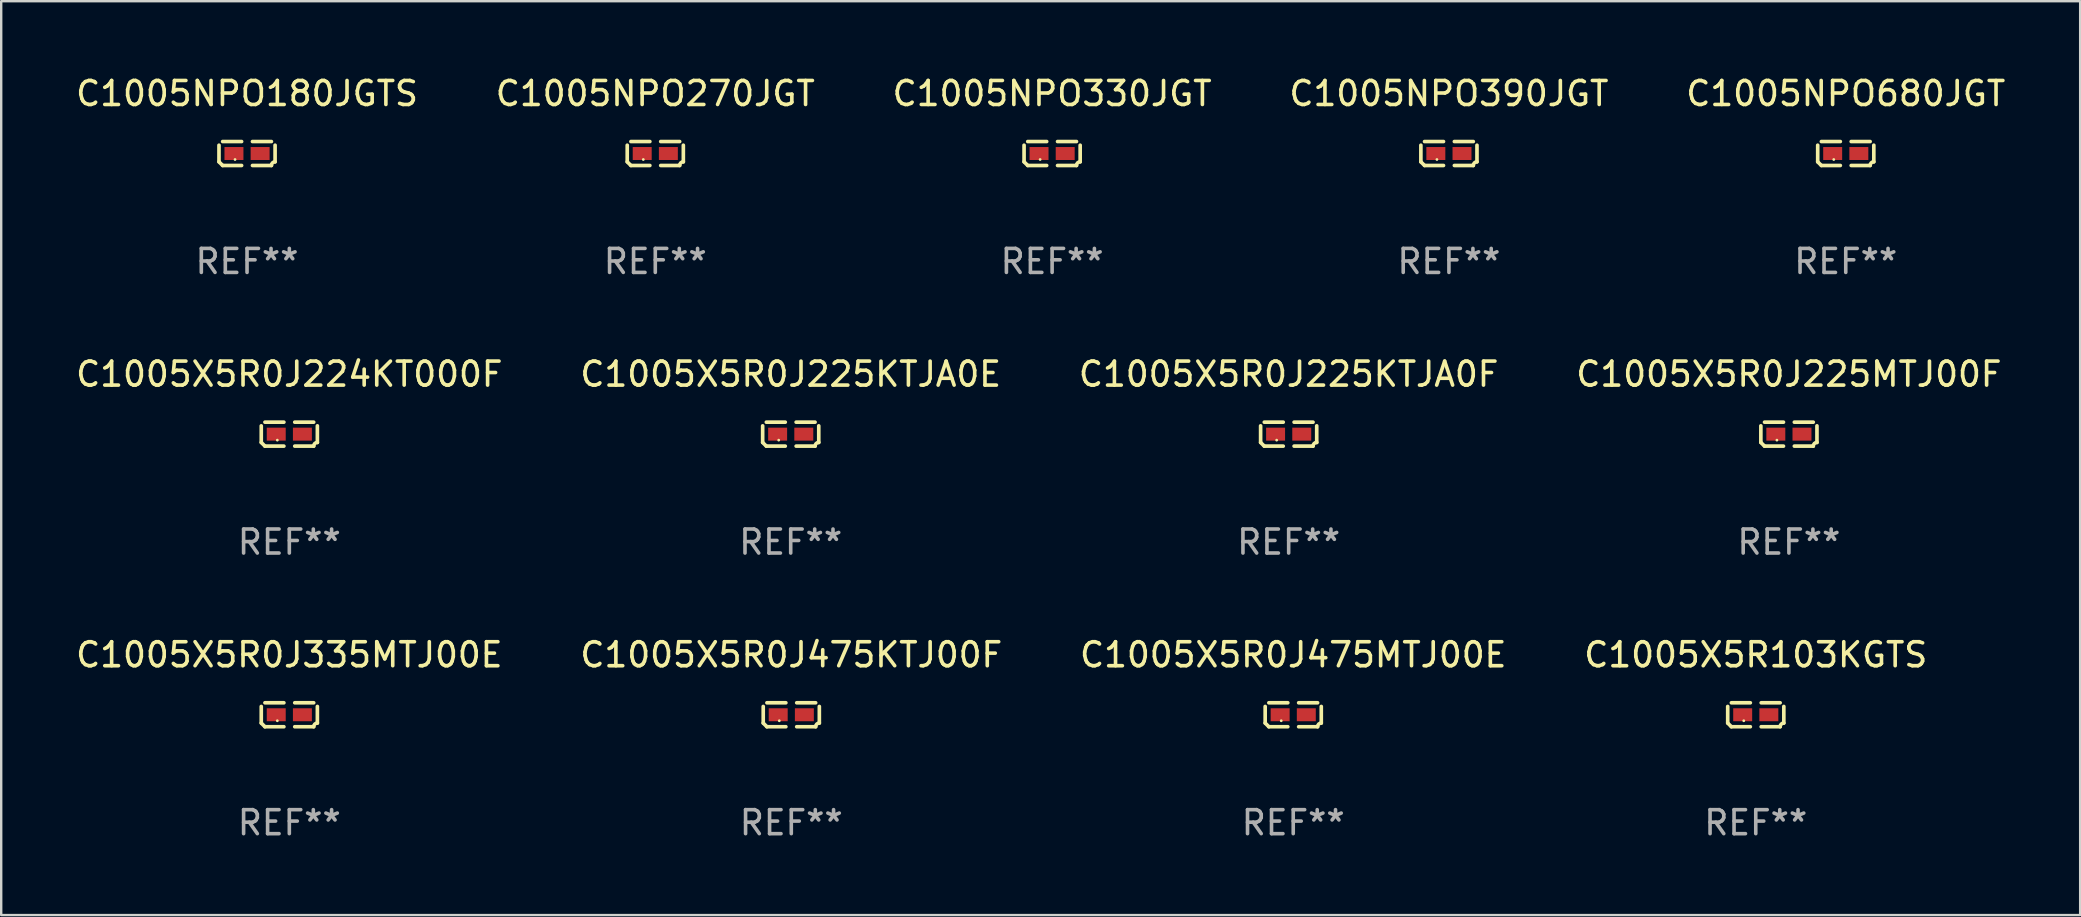
<source format=kicad_pcb>
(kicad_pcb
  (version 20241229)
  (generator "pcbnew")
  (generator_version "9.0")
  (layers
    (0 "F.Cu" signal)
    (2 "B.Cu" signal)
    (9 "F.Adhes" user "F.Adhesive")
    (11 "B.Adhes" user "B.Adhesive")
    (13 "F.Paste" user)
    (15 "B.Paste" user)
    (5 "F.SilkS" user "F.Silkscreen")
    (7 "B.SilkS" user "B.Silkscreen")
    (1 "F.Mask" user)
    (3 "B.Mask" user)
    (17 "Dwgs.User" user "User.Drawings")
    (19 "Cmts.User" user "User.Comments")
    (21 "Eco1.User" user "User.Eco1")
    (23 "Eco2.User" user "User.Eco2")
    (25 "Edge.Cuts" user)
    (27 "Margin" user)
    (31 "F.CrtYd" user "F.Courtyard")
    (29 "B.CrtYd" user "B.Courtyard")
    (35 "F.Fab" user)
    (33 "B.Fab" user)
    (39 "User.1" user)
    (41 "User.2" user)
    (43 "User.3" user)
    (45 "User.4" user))
  (footprint "C1005NPO330JGT"
    (layer "F.Cu")
    (at 40.792 3.347)
    (property "Reference" "C1005NPO330JGT" (at 0 -2.499 0) (layer "F.SilkS") (effects (font (size 1 1) (thickness 0.15))))
    (attr through_hole)
    (fp_line (start -1.169 0.346) (end -1.169 -0.346) (stroke (width 0.152) (type solid)) (layer "F.SilkS"))
    (fp_line (start -1.016 -0.499) (end -0.226 -0.499) (stroke (width 0.152) (type solid)) (layer "F.SilkS"))
    (fp_line (start -0.226 0.499) (end -1.016 0.499) (stroke (width 0.152) (type solid)) (layer "F.SilkS"))
    (fp_line (start 0.226 0.499) (end 1.016 0.499) (stroke (width 0.152) (type solid)) (layer "F.SilkS"))
    (fp_line (start 1.016 -0.499) (end 0.226 -0.499) (stroke (width 0.152) (type solid)) (layer "F.SilkS"))
    (fp_line (start 1.169 0.346) (end 1.169 -0.346) (stroke (width 0.152) (type solid)) (layer "F.SilkS"))
    (fp_arc (start -1.016307 0.498603) (mid -1.092512 0.422405) (end -1.16871 0.3462) (stroke (width 0.1524) (type solid)) (layer "F.SilkS"))
    (fp_arc (start 1.016307 0.498603) (mid 1.060899 0.390758) (end 1.168707 0.346076) (stroke (width 0.1524) (type solid)) (layer "F.SilkS"))
    (fp_circle (center -0.5 0.25) (end -0.47 0.25) (stroke (width 0.06) (type solid)) (fill no) (layer "F.SilkS"))
    (fp_text user "REF**" (at 0 4.499 0) (layer "F.Fab") (effects (font (size 1 1) (thickness 0.15))))
    (pad "1" smd rect (at -0.545 0) (size 0.79 0.54) (layers "F.Cu" "F.Mask" "F.Paste"))
    (pad "2" smd rect (at 0.545 0) (size 0.79 0.54) (layers "F.Cu" "F.Mask" "F.Paste")))
  (footprint "C1005X5R0J225KTJA0E"
    (layer "F.Cu")
    (at 29.899 15.041)
    (property "Reference" "C1005X5R0J225KTJA0E" (at 0 -2.499 0) (layer "F.SilkS") (effects (font (size 1 1) (thickness 0.15))))
    (attr through_hole)
    (fp_line (start -1.169 0.346) (end -1.169 -0.346) (stroke (width 0.152) (type solid)) (layer "F.SilkS"))
    (fp_line (start -1.016 -0.499) (end -0.226 -0.499) (stroke (width 0.152) (type solid)) (layer "F.SilkS"))
    (fp_line (start -0.226 0.499) (end -1.016 0.499) (stroke (width 0.152) (type solid)) (layer "F.SilkS"))
    (fp_line (start 0.226 0.499) (end 1.016 0.499) (stroke (width 0.152) (type solid)) (layer "F.SilkS"))
    (fp_line (start 1.016 -0.499) (end 0.226 -0.499) (stroke (width 0.152) (type solid)) (layer "F.SilkS"))
    (fp_line (start 1.169 0.346) (end 1.169 -0.346) (stroke (width 0.152) (type solid)) (layer "F.SilkS"))
    (fp_arc (start -1.016307 0.498603) (mid -1.092512 0.422405) (end -1.16871 0.3462) (stroke (width 0.1524) (type solid)) (layer "F.SilkS"))
    (fp_arc (start 1.016307 0.498603) (mid 1.060899 0.390758) (end 1.168707 0.346076) (stroke (width 0.1524) (type solid)) (layer "F.SilkS"))
    (fp_circle (center -0.5 0.25) (end -0.47 0.25) (stroke (width 0.06) (type solid)) (fill no) (layer "F.SilkS"))
    (fp_text user "REF**" (at 0 4.499 0) (layer "F.Fab") (effects (font (size 1 1) (thickness 0.15))))
    (pad "1" smd rect (at -0.545 0) (size 0.79 0.54) (layers "F.Cu" "F.Mask" "F.Paste"))
    (pad "2" smd rect (at 0.545 0) (size 0.79 0.54) (layers "F.Cu" "F.Mask" "F.Paste")))
  (footprint "C1005X5R103KGTS"
    (layer "F.Cu")
    (at 70.113 26.734)
    (property "Reference" "C1005X5R103KGTS" (at 0 -2.499 0) (layer "F.SilkS") (effects (font (size 1 1) (thickness 0.15))))
    (attr through_hole)
    (fp_line (start -1.169 0.346) (end -1.169 -0.346) (stroke (width 0.152) (type solid)) (layer "F.SilkS"))
    (fp_line (start -1.016 -0.499) (end -0.226 -0.499) (stroke (width 0.152) (type solid)) (layer "F.SilkS"))
    (fp_line (start -0.226 0.499) (end -1.016 0.499) (stroke (width 0.152) (type solid)) (layer "F.SilkS"))
    (fp_line (start 0.226 0.499) (end 1.016 0.499) (stroke (width 0.152) (type solid)) (layer "F.SilkS"))
    (fp_line (start 1.016 -0.499) (end 0.226 -0.499) (stroke (width 0.152) (type solid)) (layer "F.SilkS"))
    (fp_line (start 1.169 0.346) (end 1.169 -0.346) (stroke (width 0.152) (type solid)) (layer "F.SilkS"))
    (fp_arc (start -1.016307 0.498603) (mid -1.092512 0.422405) (end -1.16871 0.3462) (stroke (width 0.1524) (type solid)) (layer "F.SilkS"))
    (fp_arc (start 1.016307 0.498603) (mid 1.060899 0.390758) (end 1.168707 0.346076) (stroke (width 0.1524) (type solid)) (layer "F.SilkS"))
    (fp_circle (center -0.5 0.25) (end -0.47 0.25) (stroke (width 0.06) (type solid)) (fill no) (layer "F.SilkS"))
    (fp_text user "REF**" (at 0 4.499 0) (layer "F.Fab") (effects (font (size 1 1) (thickness 0.15))))
    (pad "1" smd rect (at -0.545 0) (size 0.79 0.54) (layers "F.Cu" "F.Mask" "F.Paste"))
    (pad "2" smd rect (at 0.545 0) (size 0.79 0.54) (layers "F.Cu" "F.Mask" "F.Paste")))
  (footprint "C1005NPO680JGT"
    (layer "F.Cu")
    (at 73.863 3.347)
    (property "Reference" "C1005NPO680JGT" (at 0 -2.499 0) (layer "F.SilkS") (effects (font (size 1 1) (thickness 0.15))))
    (attr through_hole)
    (fp_line (start -1.169 0.346) (end -1.169 -0.346) (stroke (width 0.152) (type solid)) (layer "F.SilkS"))
    (fp_line (start -1.016 -0.499) (end -0.226 -0.499) (stroke (width 0.152) (type solid)) (layer "F.SilkS"))
    (fp_line (start -0.226 0.499) (end -1.016 0.499) (stroke (width 0.152) (type solid)) (layer "F.SilkS"))
    (fp_line (start 0.226 0.499) (end 1.016 0.499) (stroke (width 0.152) (type solid)) (layer "F.SilkS"))
    (fp_line (start 1.016 -0.499) (end 0.226 -0.499) (stroke (width 0.152) (type solid)) (layer "F.SilkS"))
    (fp_line (start 1.169 0.346) (end 1.169 -0.346) (stroke (width 0.152) (type solid)) (layer "F.SilkS"))
    (fp_arc (start -1.016307 0.498603) (mid -1.092512 0.422405) (end -1.16871 0.3462) (stroke (width 0.1524) (type solid)) (layer "F.SilkS"))
    (fp_arc (start 1.016307 0.498603) (mid 1.060899 0.390758) (end 1.168707 0.346076) (stroke (width 0.1524) (type solid)) (layer "F.SilkS"))
    (fp_circle (center -0.5 0.25) (end -0.47 0.25) (stroke (width 0.06) (type solid)) (fill no) (layer "F.SilkS"))
    (fp_text user "REF**" (at 0 4.499 0) (layer "F.Fab") (effects (font (size 1 1) (thickness 0.15))))
    (pad "1" smd rect (at -0.545 0) (size 0.79 0.54) (layers "F.Cu" "F.Mask" "F.Paste"))
    (pad "2" smd rect (at 0.545 0) (size 0.79 0.54) (layers "F.Cu" "F.Mask" "F.Paste")))
  (footprint "C1005X5R0J475MTJ00E"
    (layer "F.Cu")
    (at 50.839 26.734)
    (property "Reference" "C1005X5R0J475MTJ00E" (at 0 -2.499 0) (layer "F.SilkS") (effects (font (size 1 1) (thickness 0.15))))
    (attr through_hole)
    (fp_line (start -1.169 0.346) (end -1.169 -0.346) (stroke (width 0.152) (type solid)) (layer "F.SilkS"))
    (fp_line (start -1.016 -0.499) (end -0.226 -0.499) (stroke (width 0.152) (type solid)) (layer "F.SilkS"))
    (fp_line (start -0.226 0.499) (end -1.016 0.499) (stroke (width 0.152) (type solid)) (layer "F.SilkS"))
    (fp_line (start 0.226 0.499) (end 1.016 0.499) (stroke (width 0.152) (type solid)) (layer "F.SilkS"))
    (fp_line (start 1.016 -0.499) (end 0.226 -0.499) (stroke (width 0.152) (type solid)) (layer "F.SilkS"))
    (fp_line (start 1.169 0.346) (end 1.169 -0.346) (stroke (width 0.152) (type solid)) (layer "F.SilkS"))
    (fp_arc (start -1.016307 0.498603) (mid -1.092512 0.422405) (end -1.16871 0.3462) (stroke (width 0.1524) (type solid)) (layer "F.SilkS"))
    (fp_arc (start 1.016307 0.498603) (mid 1.060899 0.390758) (end 1.168707 0.346076) (stroke (width 0.1524) (type solid)) (layer "F.SilkS"))
    (fp_circle (center -0.5 0.25) (end -0.47 0.25) (stroke (width 0.06) (type solid)) (fill no) (layer "F.SilkS"))
    (fp_text user "REF**" (at 0 4.499 0) (layer "F.Fab") (effects (font (size 1 1) (thickness 0.15))))
    (pad "1" smd rect (at -0.545 0) (size 0.79 0.54) (layers "F.Cu" "F.Mask" "F.Paste"))
    (pad "2" smd rect (at 0.545 0) (size 0.79 0.54) (layers "F.Cu" "F.Mask" "F.Paste")))
  (footprint "C1005X5R0J335MTJ00E"
    (layer "F.Cu")
    (at 9.006 26.734)
    (property "Reference" "C1005X5R0J335MTJ00E" (at 0 -2.499 0) (layer "F.SilkS") (effects (font (size 1 1) (thickness 0.15))))
    (attr through_hole)
    (fp_line (start -1.169 0.346) (end -1.169 -0.346) (stroke (width 0.152) (type solid)) (layer "F.SilkS"))
    (fp_line (start -1.016 -0.499) (end -0.226 -0.499) (stroke (width 0.152) (type solid)) (layer "F.SilkS"))
    (fp_line (start -0.226 0.499) (end -1.016 0.499) (stroke (width 0.152) (type solid)) (layer "F.SilkS"))
    (fp_line (start 0.226 0.499) (end 1.016 0.499) (stroke (width 0.152) (type solid)) (layer "F.SilkS"))
    (fp_line (start 1.016 -0.499) (end 0.226 -0.499) (stroke (width 0.152) (type solid)) (layer "F.SilkS"))
    (fp_line (start 1.169 0.346) (end 1.169 -0.346) (stroke (width 0.152) (type solid)) (layer "F.SilkS"))
    (fp_arc (start -1.016307 0.498603) (mid -1.092512 0.422405) (end -1.16871 0.3462) (stroke (width 0.1524) (type solid)) (layer "F.SilkS"))
    (fp_arc (start 1.016307 0.498603) (mid 1.060899 0.390758) (end 1.168707 0.346076) (stroke (width 0.1524) (type solid)) (layer "F.SilkS"))
    (fp_circle (center -0.5 0.25) (end -0.47 0.25) (stroke (width 0.06) (type solid)) (fill no) (layer "F.SilkS"))
    (fp_text user "REF**" (at 0 4.499 0) (layer "F.Fab") (effects (font (size 1 1) (thickness 0.15))))
    (pad "1" smd rect (at -0.545 0) (size 0.79 0.54) (layers "F.Cu" "F.Mask" "F.Paste"))
    (pad "2" smd rect (at 0.545 0) (size 0.79 0.54) (layers "F.Cu" "F.Mask" "F.Paste")))
  (footprint "C1005X5R0J225KTJA0F"
    (layer "F.Cu")
    (at 50.649 15.041)
    (property "Reference" "C1005X5R0J225KTJA0F" (at 0 -2.499 0) (layer "F.SilkS") (effects (font (size 1 1) (thickness 0.15))))
    (attr through_hole)
    (fp_line (start -1.169 0.346) (end -1.169 -0.346) (stroke (width 0.152) (type solid)) (layer "F.SilkS"))
    (fp_line (start -1.016 -0.499) (end -0.226 -0.499) (stroke (width 0.152) (type solid)) (layer "F.SilkS"))
    (fp_line (start -0.226 0.499) (end -1.016 0.499) (stroke (width 0.152) (type solid)) (layer "F.SilkS"))
    (fp_line (start 0.226 0.499) (end 1.016 0.499) (stroke (width 0.152) (type solid)) (layer "F.SilkS"))
    (fp_line (start 1.016 -0.499) (end 0.226 -0.499) (stroke (width 0.152) (type solid)) (layer "F.SilkS"))
    (fp_line (start 1.169 0.346) (end 1.169 -0.346) (stroke (width 0.152) (type solid)) (layer "F.SilkS"))
    (fp_arc (start -1.016307 0.498603) (mid -1.092512 0.422405) (end -1.16871 0.3462) (stroke (width 0.1524) (type solid)) (layer "F.SilkS"))
    (fp_arc (start 1.016307 0.498603) (mid 1.060899 0.390758) (end 1.168707 0.346076) (stroke (width 0.1524) (type solid)) (layer "F.SilkS"))
    (fp_circle (center -0.5 0.25) (end -0.47 0.25) (stroke (width 0.06) (type solid)) (fill no) (layer "F.SilkS"))
    (fp_text user "REF**" (at 0 4.499 0) (layer "F.Fab") (effects (font (size 1 1) (thickness 0.15))))
    (pad "1" smd rect (at -0.545 0) (size 0.79 0.54) (layers "F.Cu" "F.Mask" "F.Paste"))
    (pad "2" smd rect (at 0.545 0) (size 0.79 0.54) (layers "F.Cu" "F.Mask" "F.Paste")))
  (footprint "C1005X5R0J475KTJ00F"
    (layer "F.Cu")
    (at 29.923 26.734)
    (property "Reference" "C1005X5R0J475KTJ00F" (at 0 -2.499 0) (layer "F.SilkS") (effects (font (size 1 1) (thickness 0.15))))
    (attr through_hole)
    (fp_line (start -1.169 0.346) (end -1.169 -0.346) (stroke (width 0.152) (type solid)) (layer "F.SilkS"))
    (fp_line (start -1.016 -0.499) (end -0.226 -0.499) (stroke (width 0.152) (type solid)) (layer "F.SilkS"))
    (fp_line (start -0.226 0.499) (end -1.016 0.499) (stroke (width 0.152) (type solid)) (layer "F.SilkS"))
    (fp_line (start 0.226 0.499) (end 1.016 0.499) (stroke (width 0.152) (type solid)) (layer "F.SilkS"))
    (fp_line (start 1.016 -0.499) (end 0.226 -0.499) (stroke (width 0.152) (type solid)) (layer "F.SilkS"))
    (fp_line (start 1.169 0.346) (end 1.169 -0.346) (stroke (width 0.152) (type solid)) (layer "F.SilkS"))
    (fp_arc (start -1.016307 0.498603) (mid -1.092512 0.422405) (end -1.16871 0.3462) (stroke (width 0.1524) (type solid)) (layer "F.SilkS"))
    (fp_arc (start 1.016307 0.498603) (mid 1.060899 0.390758) (end 1.168707 0.346076) (stroke (width 0.1524) (type solid)) (layer "F.SilkS"))
    (fp_circle (center -0.5 0.25) (end -0.47 0.25) (stroke (width 0.06) (type solid)) (fill no) (layer "F.SilkS"))
    (fp_text user "REF**" (at 0 4.499 0) (layer "F.Fab") (effects (font (size 1 1) (thickness 0.15))))
    (pad "1" smd rect (at -0.545 0) (size 0.79 0.54) (layers "F.Cu" "F.Mask" "F.Paste"))
    (pad "2" smd rect (at 0.545 0) (size 0.79 0.54) (layers "F.Cu" "F.Mask" "F.Paste")))
  (footprint "C1005X5R0J225MTJ00F"
    (layer "F.Cu")
    (at 71.494 15.041)
    (property "Reference" "C1005X5R0J225MTJ00F" (at 0 -2.499 0) (layer "F.SilkS") (effects (font (size 1 1) (thickness 0.15))))
    (attr through_hole)
    (fp_line (start -1.169 0.346) (end -1.169 -0.346) (stroke (width 0.152) (type solid)) (layer "F.SilkS"))
    (fp_line (start -1.016 -0.499) (end -0.226 -0.499) (stroke (width 0.152) (type solid)) (layer "F.SilkS"))
    (fp_line (start -0.226 0.499) (end -1.016 0.499) (stroke (width 0.152) (type solid)) (layer "F.SilkS"))
    (fp_line (start 0.226 0.499) (end 1.016 0.499) (stroke (width 0.152) (type solid)) (layer "F.SilkS"))
    (fp_line (start 1.016 -0.499) (end 0.226 -0.499) (stroke (width 0.152) (type solid)) (layer "F.SilkS"))
    (fp_line (start 1.169 0.346) (end 1.169 -0.346) (stroke (width 0.152) (type solid)) (layer "F.SilkS"))
    (fp_arc (start -1.016307 0.498603) (mid -1.092512 0.422405) (end -1.16871 0.3462) (stroke (width 0.1524) (type solid)) (layer "F.SilkS"))
    (fp_arc (start 1.016307 0.498603) (mid 1.060899 0.390758) (end 1.168707 0.346076) (stroke (width 0.1524) (type solid)) (layer "F.SilkS"))
    (fp_circle (center -0.5 0.25) (end -0.47 0.25) (stroke (width 0.06) (type solid)) (fill no) (layer "F.SilkS"))
    (fp_text user "REF**" (at 0 4.499 0) (layer "F.Fab") (effects (font (size 1 1) (thickness 0.15))))
    (pad "1" smd rect (at -0.545 0) (size 0.79 0.54) (layers "F.Cu" "F.Mask" "F.Paste"))
    (pad "2" smd rect (at 0.545 0) (size 0.79 0.54) (layers "F.Cu" "F.Mask" "F.Paste")))
  (footprint "C1005NPO180JGTS"
    (layer "F.Cu")
    (at 7.244 3.347)
    (property "Reference" "C1005NPO180JGTS" (at 0 -2.499 0) (layer "F.SilkS") (effects (font (size 1 1) (thickness 0.15))))
    (attr through_hole)
    (fp_line (start -1.169 0.346) (end -1.169 -0.346) (stroke (width 0.152) (type solid)) (layer "F.SilkS"))
    (fp_line (start -1.016 -0.499) (end -0.226 -0.499) (stroke (width 0.152) (type solid)) (layer "F.SilkS"))
    (fp_line (start -0.226 0.499) (end -1.016 0.499) (stroke (width 0.152) (type solid)) (layer "F.SilkS"))
    (fp_line (start 0.226 0.499) (end 1.016 0.499) (stroke (width 0.152) (type solid)) (layer "F.SilkS"))
    (fp_line (start 1.016 -0.499) (end 0.226 -0.499) (stroke (width 0.152) (type solid)) (layer "F.SilkS"))
    (fp_line (start 1.169 0.346) (end 1.169 -0.346) (stroke (width 0.152) (type solid)) (layer "F.SilkS"))
    (fp_arc (start -1.016307 0.498603) (mid -1.092512 0.422405) (end -1.16871 0.3462) (stroke (width 0.1524) (type solid)) (layer "F.SilkS"))
    (fp_arc (start 1.016307 0.498603) (mid 1.060899 0.390758) (end 1.168707 0.346076) (stroke (width 0.1524) (type solid)) (layer "F.SilkS"))
    (fp_circle (center -0.5 0.25) (end -0.47 0.25) (stroke (width 0.06) (type solid)) (fill no) (layer "F.SilkS"))
    (fp_text user "REF**" (at 0 4.499 0) (layer "F.Fab") (effects (font (size 1 1) (thickness 0.15))))
    (pad "1" smd rect (at -0.545 0) (size 0.79 0.54) (layers "F.Cu" "F.Mask" "F.Paste"))
    (pad "2" smd rect (at 0.545 0) (size 0.79 0.54) (layers "F.Cu" "F.Mask" "F.Paste")))
  (footprint "C1005NPO390JGT"
    (layer "F.Cu")
    (at 57.327 3.347)
    (property "Reference" "C1005NPO390JGT" (at 0 -2.499 0) (layer "F.SilkS") (effects (font (size 1 1) (thickness 0.15))))
    (attr through_hole)
    (fp_line (start -1.169 0.346) (end -1.169 -0.346) (stroke (width 0.152) (type solid)) (layer "F.SilkS"))
    (fp_line (start -1.016 -0.499) (end -0.226 -0.499) (stroke (width 0.152) (type solid)) (layer "F.SilkS"))
    (fp_line (start -0.226 0.499) (end -1.016 0.499) (stroke (width 0.152) (type solid)) (layer "F.SilkS"))
    (fp_line (start 0.226 0.499) (end 1.016 0.499) (stroke (width 0.152) (type solid)) (layer "F.SilkS"))
    (fp_line (start 1.016 -0.499) (end 0.226 -0.499) (stroke (width 0.152) (type solid)) (layer "F.SilkS"))
    (fp_line (start 1.169 0.346) (end 1.169 -0.346) (stroke (width 0.152) (type solid)) (layer "F.SilkS"))
    (fp_arc (start -1.016307 0.498603) (mid -1.092512 0.422405) (end -1.16871 0.3462) (stroke (width 0.1524) (type solid)) (layer "F.SilkS"))
    (fp_arc (start 1.016307 0.498603) (mid 1.060899 0.390758) (end 1.168707 0.346076) (stroke (width 0.1524) (type solid)) (layer "F.SilkS"))
    (fp_circle (center -0.5 0.25) (end -0.47 0.25) (stroke (width 0.06) (type solid)) (fill no) (layer "F.SilkS"))
    (fp_text user "REF**" (at 0 4.499 0) (layer "F.Fab") (effects (font (size 1 1) (thickness 0.15))))
    (pad "1" smd rect (at -0.545 0) (size 0.79 0.54) (layers "F.Cu" "F.Mask" "F.Paste"))
    (pad "2" smd rect (at 0.545 0) (size 0.79 0.54) (layers "F.Cu" "F.Mask" "F.Paste")))
  (footprint "C1005NPO270JGT"
    (layer "F.Cu")
    (at 24.256 3.347)
    (property "Reference" "C1005NPO270JGT" (at 0 -2.499 0) (layer "F.SilkS") (effects (font (size 1 1) (thickness 0.15))))
    (attr through_hole)
    (fp_line (start -1.169 0.346) (end -1.169 -0.346) (stroke (width 0.152) (type solid)) (layer "F.SilkS"))
    (fp_line (start -1.016 -0.499) (end -0.226 -0.499) (stroke (width 0.152) (type solid)) (layer "F.SilkS"))
    (fp_line (start -0.226 0.499) (end -1.016 0.499) (stroke (width 0.152) (type solid)) (layer "F.SilkS"))
    (fp_line (start 0.226 0.499) (end 1.016 0.499) (stroke (width 0.152) (type solid)) (layer "F.SilkS"))
    (fp_line (start 1.016 -0.499) (end 0.226 -0.499) (stroke (width 0.152) (type solid)) (layer "F.SilkS"))
    (fp_line (start 1.169 0.346) (end 1.169 -0.346) (stroke (width 0.152) (type solid)) (layer "F.SilkS"))
    (fp_arc (start -1.016307 0.498603) (mid -1.092512 0.422405) (end -1.16871 0.3462) (stroke (width 0.1524) (type solid)) (layer "F.SilkS"))
    (fp_arc (start 1.016307 0.498603) (mid 1.060899 0.390758) (end 1.168707 0.346076) (stroke (width 0.1524) (type solid)) (layer "F.SilkS"))
    (fp_circle (center -0.5 0.25) (end -0.47 0.25) (stroke (width 0.06) (type solid)) (fill no) (layer "F.SilkS"))
    (fp_text user "REF**" (at 0 4.499 0) (layer "F.Fab") (effects (font (size 1 1) (thickness 0.15))))
    (pad "1" smd rect (at -0.545 0) (size 0.79 0.54) (layers "F.Cu" "F.Mask" "F.Paste"))
    (pad "2" smd rect (at 0.545 0) (size 0.79 0.54) (layers "F.Cu" "F.Mask" "F.Paste")))
  (footprint "C1005X5R0J224KT000F"
    (layer "F.Cu")
    (at 9.006 15.041)
    (property "Reference" "C1005X5R0J224KT000F" (at 0 -2.499 0) (layer "F.SilkS") (effects (font (size 1 1) (thickness 0.15))))
    (attr through_hole)
    (fp_line (start -1.169 0.346) (end -1.169 -0.346) (stroke (width 0.152) (type solid)) (layer "F.SilkS"))
    (fp_line (start -1.016 -0.499) (end -0.226 -0.499) (stroke (width 0.152) (type solid)) (layer "F.SilkS"))
    (fp_line (start -0.226 0.499) (end -1.016 0.499) (stroke (width 0.152) (type solid)) (layer "F.SilkS"))
    (fp_line (start 0.226 0.499) (end 1.016 0.499) (stroke (width 0.152) (type solid)) (layer "F.SilkS"))
    (fp_line (start 1.016 -0.499) (end 0.226 -0.499) (stroke (width 0.152) (type solid)) (layer "F.SilkS"))
    (fp_line (start 1.169 0.346) (end 1.169 -0.346) (stroke (width 0.152) (type solid)) (layer "F.SilkS"))
    (fp_arc (start -1.016307 0.498603) (mid -1.092512 0.422405) (end -1.16871 0.3462) (stroke (width 0.1524) (type solid)) (layer "F.SilkS"))
    (fp_arc (start 1.016307 0.498603) (mid 1.060899 0.390758) (end 1.168707 0.346076) (stroke (width 0.1524) (type solid)) (layer "F.SilkS"))
    (fp_circle (center -0.5 0.25) (end -0.47 0.25) (stroke (width 0.06) (type solid)) (fill no) (layer "F.SilkS"))
    (fp_text user "REF**" (at 0 4.499 0) (layer "F.Fab") (effects (font (size 1 1) (thickness 0.15))))
    (pad "1" smd rect (at -0.545 0) (size 0.79 0.54) (layers "F.Cu" "F.Mask" "F.Paste"))
    (pad "2" smd rect (at 0.545 0) (size 0.79 0.54) (layers "F.Cu" "F.Mask" "F.Paste")))
  (gr_rect
    (start -3 -3)
    (end 83.631 35.081)
    (stroke (width 0.1) (type default))
    (fill no)
    (layer "Edge.Cuts")))
</source>
